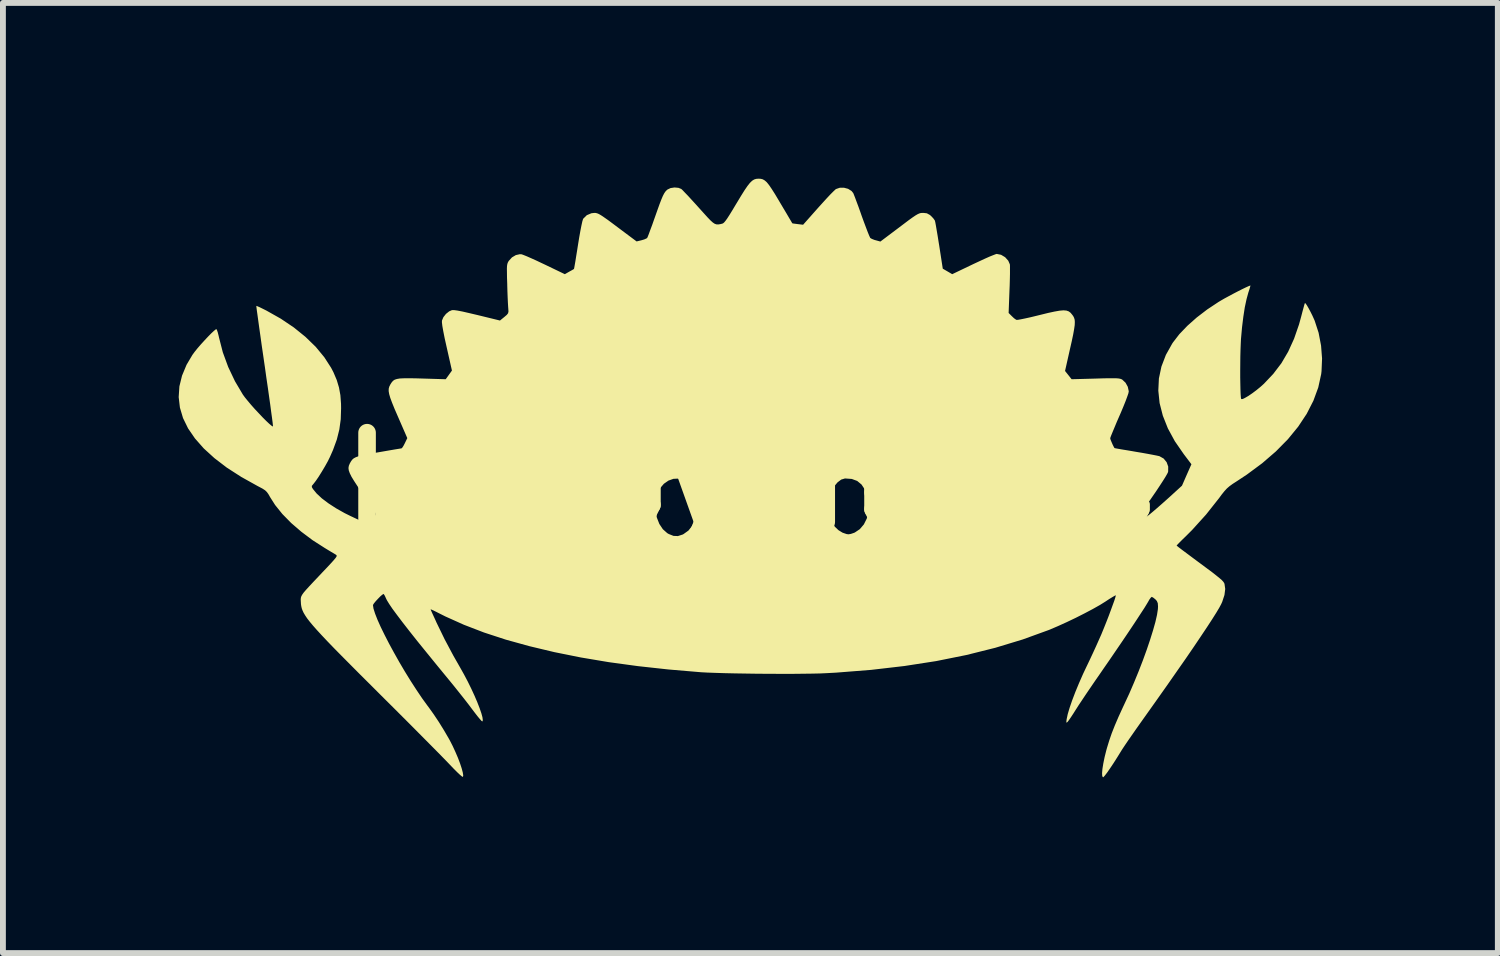
<source format=kicad_pcb>
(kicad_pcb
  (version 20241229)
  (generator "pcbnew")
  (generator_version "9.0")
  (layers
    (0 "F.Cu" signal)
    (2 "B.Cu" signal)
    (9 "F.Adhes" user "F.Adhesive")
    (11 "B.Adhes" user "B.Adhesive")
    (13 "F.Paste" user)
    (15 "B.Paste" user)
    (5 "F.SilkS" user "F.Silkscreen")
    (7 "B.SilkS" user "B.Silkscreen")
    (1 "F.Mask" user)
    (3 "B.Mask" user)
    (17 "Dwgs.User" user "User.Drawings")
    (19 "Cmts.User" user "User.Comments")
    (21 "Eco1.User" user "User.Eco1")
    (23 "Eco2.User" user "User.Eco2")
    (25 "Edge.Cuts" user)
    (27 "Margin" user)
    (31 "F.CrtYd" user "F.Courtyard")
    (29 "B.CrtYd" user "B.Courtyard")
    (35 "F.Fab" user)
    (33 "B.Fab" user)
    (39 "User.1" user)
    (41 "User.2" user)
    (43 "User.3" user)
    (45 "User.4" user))
  (footprint "happy_ferris"
    (layer "F.Cu")
    (at 9.783 5.17)
    (property "Reference" "happy_ferris" (at 0 0 0) (layer "F.SilkS") (effects (font (size 1.524 1.524) (thickness 0.3))))
    (attr board_only exclude_from_pos_files exclude_from_bom)
    (fp_poly (pts (xy 0.153 -5.168) (xy 0.187 -5.159) (xy 0.22 -5.14) (xy 0.255 -5.109) (xy 0.293 -5.062) (xy 0.339 -4.995) (xy 0.395 -4.907) (xy 0.463 -4.793) (xy 0.483 -4.759) (xy 0.54 -4.663) (xy 0.592 -4.576) (xy 0.634 -4.504) (xy 0.667 -4.449) (xy 0.686 -4.416) (xy 0.69 -4.409) (xy 0.706 -4.405) (xy 0.745 -4.4) (xy 0.783 -4.395) (xy 0.875 -4.384) (xy 1.133 -4.675) (xy 1.209 -4.759) (xy 1.28 -4.837) (xy 1.342 -4.903) (xy 1.392 -4.953) (xy 1.426 -4.985) (xy 1.436 -4.993) (xy 1.5 -5.015) (xy 1.572 -5.016) (xy 1.643 -4.997) (xy 1.702 -4.96) (xy 1.731 -4.924) (xy 1.741 -4.9) (xy 1.761 -4.849) (xy 1.788 -4.776) (xy 1.821 -4.688) (xy 1.857 -4.587) (xy 1.875 -4.535) (xy 1.913 -4.431) (xy 1.948 -4.338) (xy 1.978 -4.259) (xy 2.002 -4.2) (xy 2.018 -4.165) (xy 2.022 -4.158) (xy 2.049 -4.142) (xy 2.095 -4.124) (xy 2.118 -4.118) (xy 2.194 -4.097) (xy 2.493 -4.322) (xy 2.599 -4.402) (xy 2.681 -4.464) (xy 2.745 -4.51) (xy 2.794 -4.543) (xy 2.83 -4.564) (xy 2.859 -4.577) (xy 2.884 -4.584) (xy 2.909 -4.586) (xy 2.932 -4.586) (xy 2.988 -4.579) (xy 3.039 -4.551) (xy 3.057 -4.535) (xy 3.095 -4.496) (xy 3.122 -4.459) (xy 3.126 -4.448) (xy 3.132 -4.422) (xy 3.142 -4.368) (xy 3.155 -4.291) (xy 3.171 -4.197) (xy 3.188 -4.09) (xy 3.199 -4.023) (xy 3.259 -3.634) (xy 3.34 -3.587) (xy 3.42 -3.54) (xy 3.781 -3.713) (xy 3.884 -3.761) (xy 3.979 -3.805) (xy 4.06 -3.841) (xy 4.125 -3.867) (xy 4.167 -3.883) (xy 4.18 -3.886) (xy 4.254 -3.871) (xy 4.323 -3.83) (xy 4.377 -3.77) (xy 4.404 -3.708) (xy 4.406 -3.681) (xy 4.406 -3.627) (xy 4.406 -3.549) (xy 4.404 -3.453) (xy 4.401 -3.345) (xy 4.398 -3.275) (xy 4.383 -2.878) (xy 4.437 -2.824) (xy 4.475 -2.788) (xy 4.509 -2.764) (xy 4.518 -2.76) (xy 4.542 -2.761) (xy 4.593 -2.77) (xy 4.666 -2.785) (xy 4.757 -2.805) (xy 4.86 -2.83) (xy 4.917 -2.844) (xy 5.055 -2.878) (xy 5.166 -2.902) (xy 5.252 -2.917) (xy 5.318 -2.923) (xy 5.369 -2.919) (xy 5.409 -2.905) (xy 5.441 -2.881) (xy 5.469 -2.847) (xy 5.486 -2.824) (xy 5.5 -2.796) (xy 5.51 -2.764) (xy 5.513 -2.724) (xy 5.511 -2.671) (xy 5.501 -2.602) (xy 5.485 -2.512) (xy 5.461 -2.398) (xy 5.431 -2.266) (xy 5.346 -1.888) (xy 5.402 -1.818) (xy 5.458 -1.747) (xy 5.867 -1.758) (xy 5.994 -1.762) (xy 6.093 -1.764) (xy 6.168 -1.764) (xy 6.222 -1.763) (xy 6.26 -1.76) (xy 6.287 -1.755) (xy 6.308 -1.748) (xy 6.326 -1.738) (xy 6.326 -1.737) (xy 6.379 -1.687) (xy 6.417 -1.618) (xy 6.433 -1.544) (xy 6.433 -1.536) (xy 6.427 -1.506) (xy 6.408 -1.451) (xy 6.38 -1.375) (xy 6.343 -1.283) (xy 6.3 -1.18) (xy 6.275 -1.123) (xy 6.23 -1.02) (xy 6.191 -0.926) (xy 6.158 -0.847) (xy 6.133 -0.786) (xy 6.119 -0.748) (xy 6.117 -0.738) (xy 6.123 -0.715) (xy 6.14 -0.674) (xy 6.16 -0.628) (xy 6.18 -0.589) (xy 6.19 -0.572) (xy 6.207 -0.568) (xy 6.251 -0.56) (xy 6.319 -0.548) (xy 6.406 -0.534) (xy 6.506 -0.517) (xy 6.551 -0.509) (xy 6.659 -0.491) (xy 6.759 -0.473) (xy 6.844 -0.457) (xy 6.91 -0.444) (xy 6.951 -0.435) (xy 6.958 -0.433) (xy 7.029 -0.393) (xy 7.08 -0.331) (xy 7.107 -0.256) (xy 7.106 -0.174) (xy 7.103 -0.16) (xy 7.089 -0.131) (xy 7.059 -0.079) (xy 7.015 -0.009) (xy 6.961 0.074) (xy 6.9 0.166) (xy 6.86 0.224) (xy 6.789 0.327) (xy 6.735 0.406) (xy 6.696 0.466) (xy 6.669 0.51) (xy 6.654 0.541) (xy 6.647 0.563) (xy 6.648 0.581) (xy 6.653 0.597) (xy 6.654 0.601) (xy 6.675 0.65) (xy 6.792 0.558) (xy 6.845 0.514) (xy 6.915 0.454) (xy 6.995 0.384) (xy 7.078 0.31) (xy 7.125 0.268) (xy 7.342 0.07) (xy 7.422 -0.113) (xy 7.503 -0.296) (xy 7.372 -0.469) (xy 7.22 -0.689) (xy 7.101 -0.908) (xy 7.015 -1.125) (xy 6.96 -1.34) (xy 6.938 -1.552) (xy 6.948 -1.76) (xy 6.991 -1.963) (xy 7.067 -2.162) (xy 7.175 -2.355) (xy 7.189 -2.376) (xy 7.297 -2.516) (xy 7.434 -2.659) (xy 7.594 -2.801) (xy 7.773 -2.938) (xy 7.966 -3.066) (xy 8.003 -3.088) (xy 8.063 -3.123) (xy 8.135 -3.162) (xy 8.213 -3.204) (xy 8.292 -3.245) (xy 8.367 -3.283) (xy 8.431 -3.314) (xy 8.48 -3.336) (xy 8.507 -3.346) (xy 8.511 -3.347) (xy 8.507 -3.331) (xy 8.496 -3.291) (xy 8.478 -3.236) (xy 8.475 -3.227) (xy 8.444 -3.114) (xy 8.414 -2.974) (xy 8.389 -2.812) (xy 8.367 -2.633) (xy 8.35 -2.444) (xy 8.349 -2.434) (xy 8.345 -2.348) (xy 8.341 -2.246) (xy 8.338 -2.133) (xy 8.337 -2.014) (xy 8.336 -1.894) (xy 8.336 -1.777) (xy 8.338 -1.668) (xy 8.34 -1.572) (xy 8.343 -1.494) (xy 8.347 -1.438) (xy 8.352 -1.41) (xy 8.354 -1.408) (xy 8.375 -1.409) (xy 8.417 -1.428) (xy 8.474 -1.461) (xy 8.54 -1.506) (xy 8.611 -1.559) (xy 8.682 -1.617) (xy 8.741 -1.67) (xy 8.9 -1.838) (xy 9.038 -2.019) (xy 9.155 -2.218) (xy 9.255 -2.438) (xy 9.34 -2.683) (xy 9.377 -2.818) (xy 9.398 -2.899) (xy 9.417 -2.969) (xy 9.431 -3.02) (xy 9.44 -3.046) (xy 9.441 -3.048) (xy 9.452 -3.04) (xy 9.475 -3.007) (xy 9.504 -2.957) (xy 9.536 -2.897) (xy 9.568 -2.833) (xy 9.596 -2.771) (xy 9.607 -2.746) (xy 9.674 -2.54) (xy 9.716 -2.321) (xy 9.733 -2.1) (xy 9.724 -1.885) (xy 9.718 -1.834) (xy 9.668 -1.606) (xy 9.585 -1.38) (xy 9.471 -1.157) (xy 9.326 -0.938) (xy 9.15 -0.723) (xy 8.945 -0.515) (xy 8.711 -0.313) (xy 8.449 -0.119) (xy 8.281 -0.008) (xy 8.208 0.039) (xy 8.153 0.079) (xy 8.108 0.118) (xy 8.066 0.164) (xy 8.017 0.225) (xy 7.977 0.28) (xy 7.753 0.563) (xy 7.514 0.827) (xy 7.41 0.931) (xy 7.351 0.988) (xy 7.302 1.037) (xy 7.267 1.073) (xy 7.251 1.091) (xy 7.25 1.092) (xy 7.263 1.103) (xy 7.299 1.132) (xy 7.356 1.175) (xy 7.43 1.23) (xy 7.517 1.295) (xy 7.615 1.368) (xy 7.649 1.393) (xy 7.766 1.48) (xy 7.859 1.549) (xy 7.93 1.605) (xy 7.983 1.648) (xy 8.021 1.681) (xy 8.046 1.708) (xy 8.061 1.73) (xy 8.068 1.747) (xy 8.08 1.833) (xy 8.067 1.936) (xy 8.029 2.052) (xy 8.011 2.092) (xy 7.979 2.152) (xy 7.927 2.239) (xy 7.857 2.35) (xy 7.769 2.485) (xy 7.664 2.642) (xy 7.543 2.822) (xy 7.406 3.022) (xy 7.253 3.241) (xy 7.087 3.479) (xy 6.906 3.735) (xy 6.713 4.007) (xy 6.629 4.125) (xy 6.557 4.227) (xy 6.488 4.326) (xy 6.424 4.418) (xy 6.371 4.496) (xy 6.331 4.556) (xy 6.313 4.584) (xy 6.242 4.699) (xy 6.176 4.803) (xy 6.116 4.893) (xy 6.066 4.965) (xy 6.027 5.016) (xy 6.002 5.044) (xy 5.994 5.048) (xy 5.981 5.027) (xy 5.978 4.977) (xy 5.984 4.905) (xy 5.999 4.812) (xy 6.021 4.704) (xy 6.051 4.584) (xy 6.062 4.545) (xy 6.1 4.421) (xy 6.143 4.296) (xy 6.195 4.164) (xy 6.258 4.017) (xy 6.334 3.851) (xy 6.357 3.802) (xy 6.442 3.619) (xy 6.523 3.431) (xy 6.601 3.241) (xy 6.674 3.053) (xy 6.74 2.871) (xy 6.798 2.699) (xy 6.848 2.539) (xy 6.888 2.397) (xy 6.916 2.274) (xy 6.931 2.176) (xy 6.933 2.131) (xy 6.929 2.076) (xy 6.913 2.038) (xy 6.888 2.01) (xy 6.854 1.983) (xy 6.828 1.968) (xy 6.825 1.968) (xy 6.809 1.982) (xy 6.784 2.016) (xy 6.767 2.047) (xy 6.742 2.089) (xy 6.701 2.156) (xy 6.644 2.243) (xy 6.575 2.349) (xy 6.495 2.47) (xy 6.406 2.603) (xy 6.31 2.745) (xy 6.209 2.893) (xy 6.106 3.044) (xy 6.002 3.194) (xy 5.939 3.286) (xy 5.859 3.401) (xy 5.78 3.517) (xy 5.703 3.63) (xy 5.635 3.732) (xy 5.577 3.819) (xy 5.535 3.885) (xy 5.534 3.886) (xy 5.488 3.959) (xy 5.446 4.023) (xy 5.412 4.072) (xy 5.391 4.1) (xy 5.388 4.103) (xy 5.373 4.115) (xy 5.368 4.107) (xy 5.371 4.073) (xy 5.374 4.053) (xy 5.392 3.969) (xy 5.424 3.861) (xy 5.468 3.733) (xy 5.522 3.591) (xy 5.585 3.439) (xy 5.654 3.282) (xy 5.707 3.17) (xy 5.763 3.053) (xy 5.821 2.929) (xy 5.876 2.809) (xy 5.925 2.699) (xy 5.965 2.609) (xy 5.974 2.587) (xy 6.012 2.494) (xy 6.052 2.394) (xy 6.091 2.294) (xy 6.127 2.197) (xy 6.159 2.109) (xy 6.186 2.035) (xy 6.204 1.979) (xy 6.212 1.947) (xy 6.212 1.941) (xy 6.197 1.947) (xy 6.159 1.969) (xy 6.105 2.002) (xy 6.041 2.044) (xy 6.04 2.045) (xy 5.942 2.106) (xy 5.818 2.176) (xy 5.678 2.25) (xy 5.528 2.326) (xy 5.375 2.399) (xy 5.225 2.467) (xy 5.087 2.526) (xy 5.067 2.534) (xy 4.623 2.695) (xy 4.155 2.837) (xy 3.663 2.96) (xy 3.146 3.064) (xy 2.604 3.148) (xy 2.035 3.214) (xy 1.44 3.261) (xy 1.275 3.27) (xy 1.165 3.275) (xy 1.027 3.278) (xy 0.867 3.28) (xy 0.689 3.282) (xy 0.498 3.282) (xy 0.3 3.281) (xy 0.099 3.28) (xy -0.099 3.277) (xy -0.289 3.274) (xy -0.467 3.27) (xy -0.627 3.265) (xy -0.764 3.26) (xy -0.874 3.254) (xy -0.883 3.253) (xy -1.424 3.207) (xy -1.944 3.15) (xy -2.443 3.082) (xy -2.919 3.002) (xy -3.371 2.911) (xy -3.798 2.809) (xy -4.199 2.698) (xy -4.572 2.576) (xy -4.915 2.444) (xy -5.229 2.303) (xy -5.321 2.257) (xy -5.386 2.224) (xy -5.439 2.198) (xy -5.473 2.183) (xy -5.483 2.18) (xy -5.477 2.197) (xy -5.459 2.238) (xy -5.431 2.299) (xy -5.397 2.373) (xy -5.382 2.407) (xy -5.244 2.691) (xy -5.096 2.969) (xy -4.979 3.174) (xy -4.914 3.29) (xy -4.85 3.411) (xy -4.79 3.533) (xy -4.735 3.652) (xy -4.687 3.764) (xy -4.647 3.867) (xy -4.617 3.954) (xy -4.598 4.024) (xy -4.592 4.073) (xy -4.6 4.095) (xy -4.614 4.085) (xy -4.644 4.052) (xy -4.686 4.001) (xy -4.736 3.936) (xy -4.771 3.89) (xy -4.831 3.81) (xy -4.907 3.712) (xy -4.992 3.605) (xy -5.079 3.496) (xy -5.162 3.394) (xy -5.169 3.386) (xy -5.37 3.141) (xy -5.549 2.921) (xy -5.708 2.725) (xy -5.845 2.552) (xy -5.961 2.403) (xy -6.057 2.276) (xy -6.134 2.172) (xy -6.19 2.089) (xy -6.228 2.027) (xy -6.243 1.997) (xy -6.263 1.952) (xy -6.28 1.924) (xy -6.286 1.918) (xy -6.307 1.93) (xy -6.341 1.959) (xy -6.381 2) (xy -6.42 2.042) (xy -6.451 2.08) (xy -6.466 2.105) (xy -6.467 2.108) (xy -6.458 2.168) (xy -6.431 2.253) (xy -6.39 2.358) (xy -6.335 2.481) (xy -6.268 2.618) (xy -6.192 2.766) (xy -6.107 2.922) (xy -6.017 3.082) (xy -5.922 3.243) (xy -5.824 3.402) (xy -5.725 3.555) (xy -5.628 3.699) (xy -5.533 3.83) (xy -5.514 3.855) (xy -5.431 3.971) (xy -5.341 4.106) (xy -5.252 4.25) (xy -5.17 4.391) (xy -5.154 4.42) (xy -5.106 4.514) (xy -5.06 4.614) (xy -5.017 4.714) (xy -4.981 4.809) (xy -4.953 4.894) (xy -4.934 4.965) (xy -4.926 5.015) (xy -4.931 5.041) (xy -4.947 5.034) (xy -4.981 5.006) (xy -5.03 4.96) (xy -5.091 4.899) (xy -5.152 4.835) (xy -5.197 4.788) (xy -5.264 4.719) (xy -5.35 4.631) (xy -5.452 4.528) (xy -5.569 4.41) (xy -5.697 4.281) (xy -5.835 4.142) (xy -5.98 3.997) (xy -6.129 3.848) (xy -6.281 3.697) (xy -6.282 3.696) (xy -6.494 3.484) (xy -6.684 3.295) (xy -6.853 3.125) (xy -7.002 2.975) (xy -7.132 2.843) (xy -7.245 2.726) (xy -7.341 2.624) (xy -7.423 2.535) (xy -7.491 2.458) (xy -7.546 2.392) (xy -7.591 2.334) (xy -7.625 2.283) (xy -7.651 2.239) (xy -7.67 2.198) (xy -7.683 2.161) (xy -7.691 2.125) (xy -7.696 2.09) (xy -7.697 2.068) (xy -7.699 2.034) (xy -7.7 2.007) (xy -7.697 1.981) (xy -7.689 1.956) (xy -7.672 1.926) (xy -7.646 1.89) (xy -7.606 1.844) (xy -7.552 1.785) (xy -7.481 1.709) (xy -7.391 1.614) (xy -7.329 1.548) (xy -7.244 1.459) (xy -7.181 1.391) (xy -7.136 1.341) (xy -7.106 1.305) (xy -7.09 1.282) (xy -7.086 1.266) (xy -7.09 1.256) (xy -7.1 1.248) (xy -7.103 1.246) (xy -7.134 1.227) (xy -7.185 1.197) (xy -7.248 1.159) (xy -7.289 1.134) (xy -7.498 1) (xy -7.69 0.856) (xy -7.863 0.707) (xy -8.014 0.553) (xy -8.137 0.4) (xy -8.223 0.265) (xy -8.252 0.214) (xy -8.278 0.178) (xy -8.308 0.149) (xy -8.351 0.121) (xy -8.413 0.088) (xy -8.438 0.075) (xy -8.714 -0.079) (xy -8.96 -0.237) (xy -9.173 -0.4) (xy -9.355 -0.566) (xy -9.505 -0.736) (xy -9.623 -0.908) (xy -9.709 -1.084) (xy -9.762 -1.262) (xy -9.783 -1.442) (xy -9.771 -1.625) (xy -9.726 -1.808) (xy -9.649 -1.993) (xy -9.549 -2.162) (xy -9.512 -2.213) (xy -9.463 -2.274) (xy -9.405 -2.341) (xy -9.343 -2.409) (xy -9.282 -2.474) (xy -9.227 -2.53) (xy -9.181 -2.573) (xy -9.15 -2.598) (xy -9.139 -2.602) (xy -9.13 -2.587) (xy -9.116 -2.546) (xy -9.101 -2.487) (xy -9.094 -2.456) (xy -9.03 -2.207) (xy -8.938 -1.956) (xy -8.822 -1.712) (xy -8.687 -1.484) (xy -8.652 -1.436) (xy -8.603 -1.376) (xy -8.545 -1.307) (xy -8.481 -1.235) (xy -8.414 -1.164) (xy -8.349 -1.095) (xy -8.289 -1.035) (xy -8.238 -0.987) (xy -8.199 -0.954) (xy -8.177 -0.941) (xy -8.173 -0.942) (xy -8.175 -0.961) (xy -8.18 -1.01) (xy -8.19 -1.087) (xy -8.204 -1.188) (xy -8.22 -1.31) (xy -8.24 -1.451) (xy -8.262 -1.608) (xy -8.287 -1.777) (xy -8.312 -1.957) (xy -8.315 -1.976) (xy -8.341 -2.156) (xy -8.366 -2.326) (xy -8.388 -2.484) (xy -8.408 -2.625) (xy -8.425 -2.748) (xy -8.439 -2.85) (xy -8.45 -2.928) (xy -8.456 -2.978) (xy -8.458 -2.999) (xy -8.458 -2.999) (xy -8.442 -2.994) (xy -8.403 -2.977) (xy -8.346 -2.949) (xy -8.284 -2.918) (xy -8.041 -2.781) (xy -7.818 -2.631) (xy -7.619 -2.47) (xy -7.444 -2.3) (xy -7.298 -2.123) (xy -7.181 -1.942) (xy -7.141 -1.865) (xy -7.085 -1.733) (xy -7.047 -1.606) (xy -7.023 -1.475) (xy -7.012 -1.327) (xy -7.011 -1.251) (xy -7.017 -1.063) (xy -7.041 -0.889) (xy -7.084 -0.717) (xy -7.149 -0.539) (xy -7.201 -0.421) (xy -7.238 -0.346) (xy -7.286 -0.26) (xy -7.339 -0.171) (xy -7.392 -0.086) (xy -7.441 -0.014) (xy -7.481 0.038) (xy -7.487 0.045) (xy -7.51 0.073) (xy -7.51 0.095) (xy -7.492 0.126) (xy -7.429 0.203) (xy -7.339 0.287) (xy -7.226 0.372) (xy -7.095 0.457) (xy -6.951 0.538) (xy -6.848 0.589) (xy -6.748 0.636) (xy -6.673 0.671) (xy -6.62 0.693) (xy -6.582 0.704) (xy -6.555 0.705) (xy -6.535 0.697) (xy -6.515 0.68) (xy -6.492 0.655) (xy -6.486 0.648) (xy -6.449 0.605) (xy -6.424 0.571) (xy -6.417 0.554) (xy -6.426 0.535) (xy -6.452 0.493) (xy -6.491 0.432) (xy -6.526 0.379) (xy -1.647 0.379) (xy -1.644 0.5) (xy -1.621 0.616) (xy -1.579 0.723) (xy -1.519 0.813) (xy -1.444 0.88) (xy -1.418 0.895) (xy -1.337 0.927) (xy -1.262 0.93) (xy -1.181 0.904) (xy -1.166 0.896) (xy -1.082 0.836) (xy -1.017 0.754) (xy -0.971 0.656) (xy -0.944 0.546) (xy -0.936 0.432) (xy -0.937 0.418) (xy 1.3 0.418) (xy 1.309 0.508) (xy 1.335 0.606) (xy 1.372 0.697) (xy 1.416 0.769) (xy 1.419 0.773) (xy 1.478 0.829) (xy 1.548 0.872) (xy 1.618 0.896) (xy 1.65 0.9) (xy 1.691 0.893) (xy 1.744 0.875) (xy 1.758 0.869) (xy 1.843 0.812) (xy 1.912 0.731) (xy 1.962 0.631) (xy 1.991 0.518) (xy 1.998 0.397) (xy 1.981 0.275) (xy 1.976 0.258) (xy 1.931 0.139) (xy 1.872 0.05) (xy 1.798 -0.011) (xy 1.706 -0.045) (xy 1.596 -0.053) (xy 1.589 -0.053) (xy 1.525 -0.034) (xy 1.463 0.013) (xy 1.406 0.081) (xy 1.359 0.166) (xy 1.323 0.262) (xy 1.303 0.363) (xy 1.3 0.418) (xy -0.937 0.418) (xy -0.946 0.317) (xy -0.976 0.208) (xy -1.025 0.11) (xy -1.093 0.028) (xy -1.17 -0.026) (xy -1.251 -0.051) (xy -1.338 -0.047) (xy -1.423 -0.017) (xy -1.501 0.037) (xy -1.565 0.112) (xy -1.587 0.15) (xy -1.629 0.261) (xy -1.647 0.379) (xy -6.526 0.379) (xy -6.542 0.355) (xy -6.602 0.267) (xy -6.644 0.206) (xy -6.725 0.088) (xy -6.787 -0.007) (xy -6.833 -0.082) (xy -6.863 -0.143) (xy -6.88 -0.191) (xy -6.885 -0.232) (xy -6.879 -0.269) (xy -6.864 -0.305) (xy -6.862 -0.31) (xy -6.842 -0.345) (xy -6.821 -0.374) (xy -6.795 -0.397) (xy -6.759 -0.416) (xy -6.709 -0.434) (xy -6.641 -0.451) (xy -6.551 -0.469) (xy -6.433 -0.49) (xy -6.374 -0.5) (xy -6.265 -0.519) (xy -6.167 -0.536) (xy -6.085 -0.55) (xy -6.023 -0.56) (xy -5.987 -0.566) (xy -5.979 -0.567) (xy -5.965 -0.581) (xy -5.943 -0.616) (xy -5.923 -0.655) (xy -5.881 -0.742) (xy -6.04 -1.107) (xy -6.097 -1.238) (xy -6.14 -1.344) (xy -6.171 -1.427) (xy -6.19 -1.492) (xy -6.199 -1.544) (xy -6.198 -1.586) (xy -6.188 -1.622) (xy -6.17 -1.658) (xy -6.167 -1.663) (xy -6.146 -1.695) (xy -6.124 -1.72) (xy -6.096 -1.739) (xy -6.059 -1.751) (xy -6.007 -1.76) (xy -5.938 -1.763) (xy -5.847 -1.764) (xy -5.73 -1.762) (xy -5.627 -1.759) (xy -5.225 -1.747) (xy -5.172 -1.821) (xy -5.119 -1.895) (xy -5.209 -2.294) (xy -5.243 -2.446) (xy -5.267 -2.567) (xy -5.283 -2.658) (xy -5.29 -2.719) (xy -5.289 -2.749) (xy -5.265 -2.806) (xy -5.221 -2.862) (xy -5.166 -2.906) (xy -5.119 -2.926) (xy -5.085 -2.927) (xy -5.025 -2.919) (xy -4.937 -2.902) (xy -4.82 -2.875) (xy -4.684 -2.843) (xy -4.299 -2.749) (xy -4.224 -2.81) (xy -4.182 -2.846) (xy -4.161 -2.873) (xy -4.154 -2.903) (xy -4.157 -2.948) (xy -4.157 -2.949) (xy -4.16 -2.99) (xy -4.164 -3.057) (xy -4.168 -3.145) (xy -4.172 -3.246) (xy -4.175 -3.355) (xy -4.175 -3.369) (xy -4.179 -3.484) (xy -4.18 -3.571) (xy -4.181 -3.635) (xy -4.179 -3.68) (xy -4.174 -3.711) (xy -4.167 -3.734) (xy -4.157 -3.754) (xy -4.147 -3.769) (xy -4.094 -3.827) (xy -4.028 -3.866) (xy -3.96 -3.881) (xy -3.928 -3.879) (xy -3.898 -3.868) (xy -3.843 -3.846) (xy -3.768 -3.813) (xy -3.679 -3.773) (xy -3.58 -3.726) (xy -3.533 -3.704) (xy -3.192 -3.54) (xy -3.117 -3.583) (xy -3.073 -3.607) (xy -3.044 -3.624) (xy -3.036 -3.629) (xy -3.032 -3.646) (xy -3.024 -3.691) (xy -3.012 -3.76) (xy -2.998 -3.849) (xy -2.981 -3.953) (xy -2.967 -4.042) (xy -2.946 -4.171) (xy -2.926 -4.283) (xy -2.908 -4.374) (xy -2.893 -4.442) (xy -2.881 -4.481) (xy -2.877 -4.488) (xy -2.817 -4.547) (xy -2.739 -4.58) (xy -2.688 -4.586) (xy -2.665 -4.585) (xy -2.64 -4.579) (xy -2.611 -4.567) (xy -2.573 -4.545) (xy -2.524 -4.512) (xy -2.458 -4.466) (xy -2.373 -4.403) (xy -2.293 -4.343) (xy -1.967 -4.099) (xy -1.884 -4.119) (xy -1.834 -4.134) (xy -1.797 -4.151) (xy -1.787 -4.158) (xy -1.777 -4.179) (xy -1.758 -4.227) (xy -1.733 -4.296) (xy -1.701 -4.381) (xy -1.667 -4.478) (xy -1.658 -4.503) (xy -1.612 -4.633) (xy -1.575 -4.736) (xy -1.545 -4.814) (xy -1.52 -4.873) (xy -1.498 -4.916) (xy -1.478 -4.947) (xy -1.457 -4.97) (xy -1.44 -4.985) (xy -1.387 -5.01) (xy -1.32 -5.02) (xy -1.253 -5.014) (xy -1.205 -4.995) (xy -1.184 -4.976) (xy -1.145 -4.935) (xy -1.09 -4.878) (xy -1.025 -4.807) (xy -0.951 -4.726) (xy -0.908 -4.678) (xy -0.823 -4.584) (xy -0.757 -4.511) (xy -0.706 -4.458) (xy -0.666 -4.422) (xy -0.633 -4.4) (xy -0.603 -4.39) (xy -0.574 -4.389) (xy -0.54 -4.394) (xy -0.51 -4.401) (xy -0.493 -4.407) (xy -0.474 -4.422) (xy -0.451 -4.449) (xy -0.421 -4.49) (xy -0.383 -4.549) (xy -0.333 -4.63) (xy -0.269 -4.737) (xy -0.259 -4.753) (xy -0.185 -4.876) (xy -0.125 -4.972) (xy -0.075 -5.045) (xy -0.033 -5.098) (xy 0.004 -5.134) (xy 0.039 -5.156) (xy 0.074 -5.167) (xy 0.113 -5.17) (xy 0.115 -5.17)) (stroke (width 0) (type solid)) (fill yes) (layer "F.SilkS")))
  (gr_rect
    (start -3 -3)
    (end 22.516 13.218)
    (stroke (width 0.1) (type default))
    (fill no)
    (layer "Edge.Cuts")))
</source>
